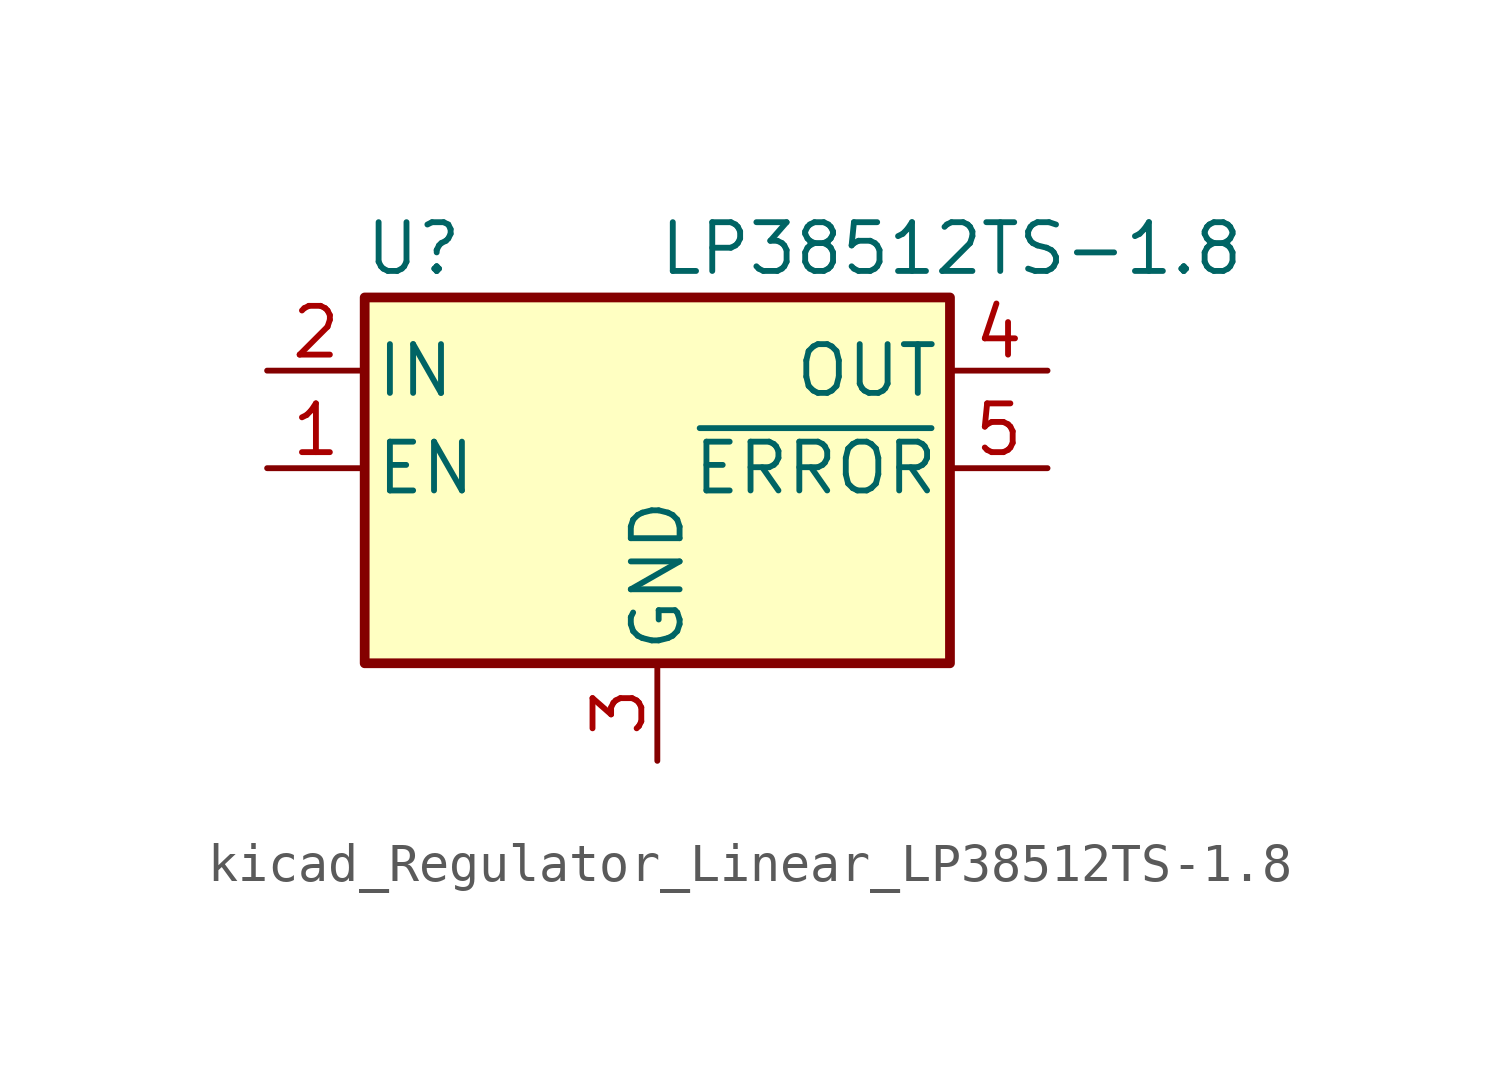
<source format=kicad_sym>
(kicad_symbol_lib
  (version 20220914)
  (generator kicad_symbol_editor)
  (symbol "kicad_Regulator_Linear_LP38512TS-1.8"
    (pin_names
      (offset 0.254))
    (property "Reference" "U"
      (at -6.35 5.715 0)
      (effects (font (size 1.27 1.27))))
    (property "Value" "LP38512TS-1.8"
      (at 0 5.715 0)
      (effects (font (size 1.27 1.27)) (justify left)))
    (symbol "kicad_Regulator_Linear_LP38512TS-1.8_0_1"
      (rectangle (start -7.62 -5.08) (end 7.62 4.445) (stroke (width 0.254) (type default)) (fill (type background))))
    (symbol "kicad_Regulator_Linear_LP38512TS-1.8_1_1"
      (pin input line (at -10.16 0 0) (length 2.54) (name "EN" (effects (font (size 1.27 1.27)))) (number "1" (effects (font (size 1.27 1.27)))))
      (pin power_in line (at -10.16 2.54 0) (length 2.54) (name "IN" (effects (font (size 1.27 1.27)))) (number "2" (effects (font (size 1.27 1.27)))))
      (pin power_in line (at 0 -7.62 90) (length 2.54) (name "GND" (effects (font (size 1.27 1.27)))) (number "3" (effects (font (size 1.27 1.27)))))
      (pin power_out line (at 10.16 2.54 180) (length 2.54) (name "OUT" (effects (font (size 1.27 1.27)))) (number "4" (effects (font (size 1.27 1.27)))))
      (pin open_collector line (at 10.16 0 180) (length 2.54) (name "~{ERROR}" (effects (font (size 1.27 1.27)))) (number "5" (effects (font (size 1.27 1.27)))))
      (pin passive line (at 0 -7.62 90) (length 2.54) hide (name "GND" (effects (font (size 1.27 1.27)))) (number "6" (effects (font (size 1.27 1.27))))))))
</source>
